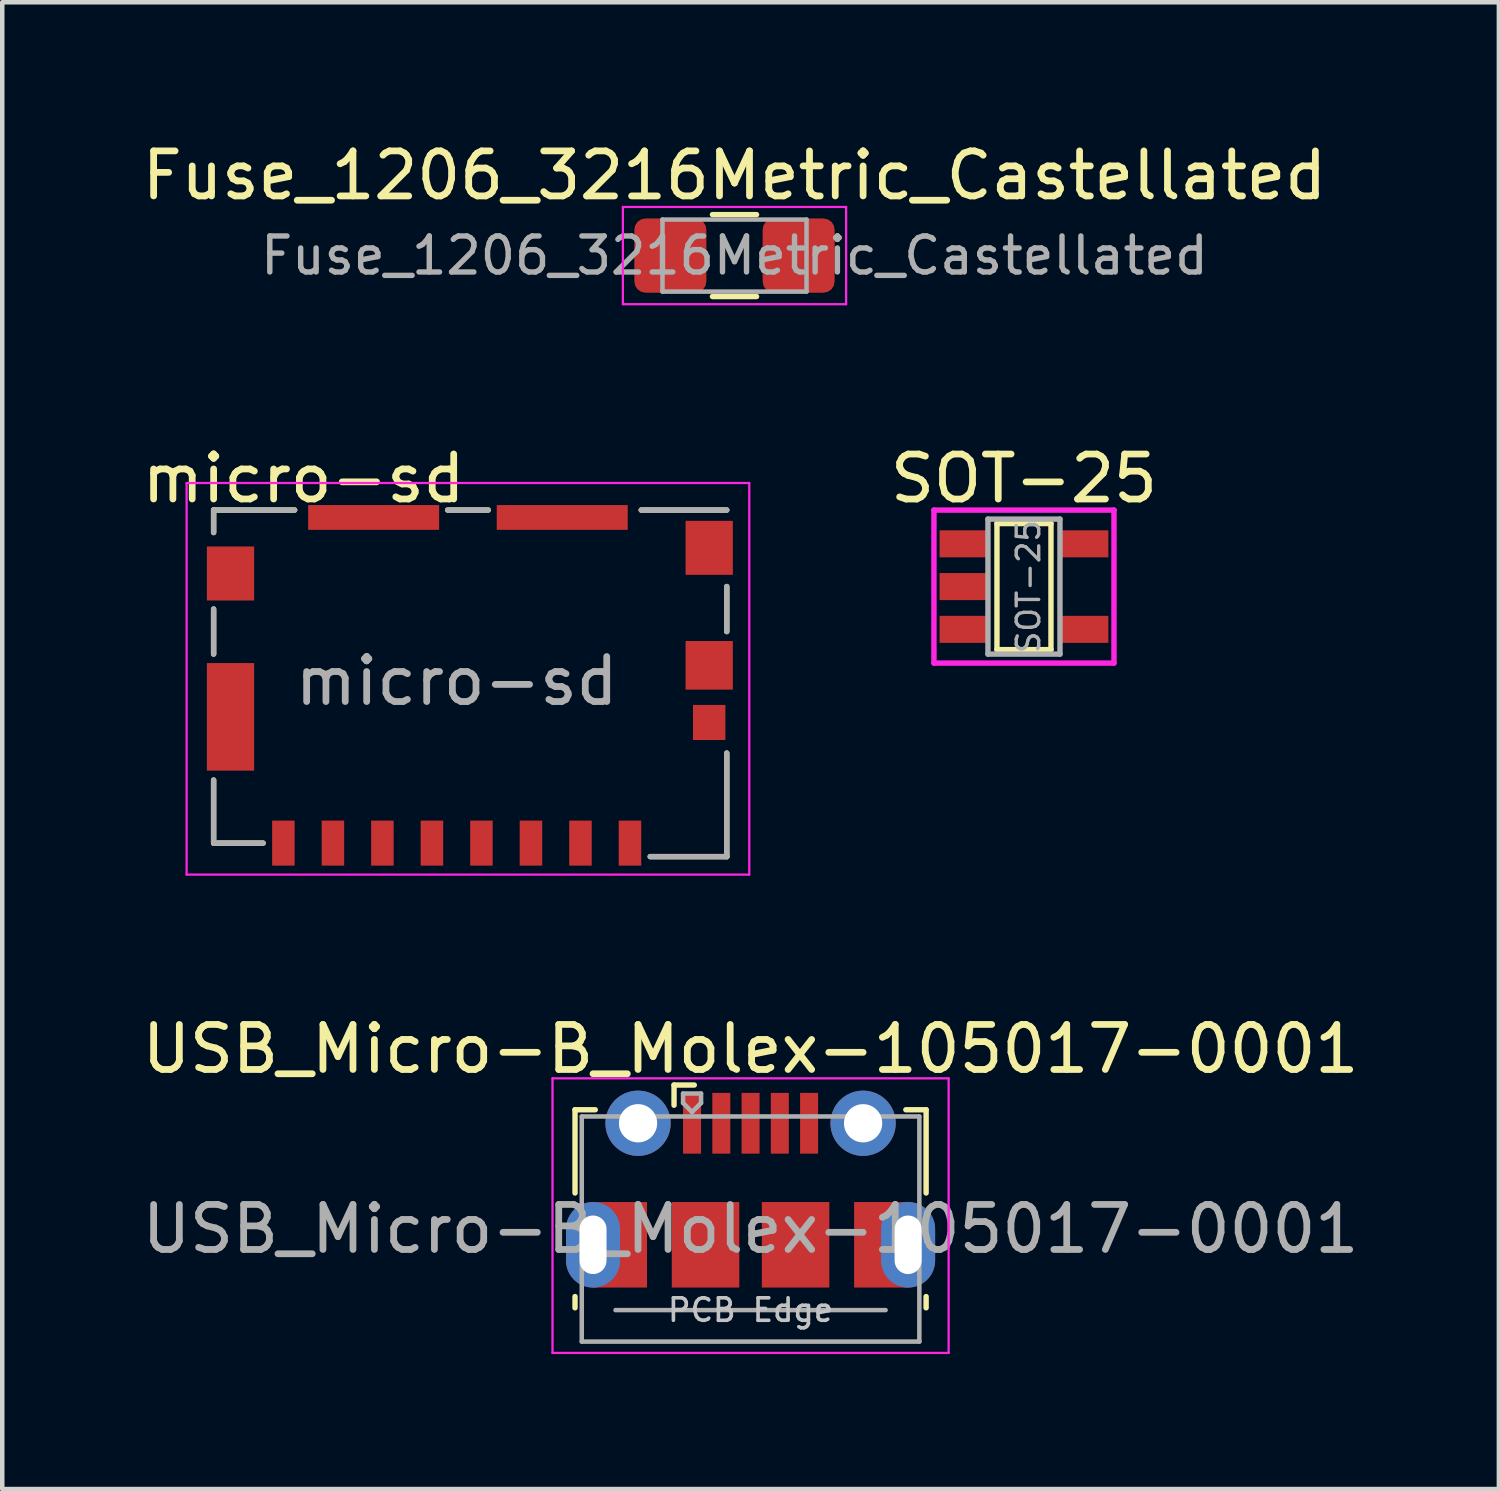
<source format=kicad_pcb>
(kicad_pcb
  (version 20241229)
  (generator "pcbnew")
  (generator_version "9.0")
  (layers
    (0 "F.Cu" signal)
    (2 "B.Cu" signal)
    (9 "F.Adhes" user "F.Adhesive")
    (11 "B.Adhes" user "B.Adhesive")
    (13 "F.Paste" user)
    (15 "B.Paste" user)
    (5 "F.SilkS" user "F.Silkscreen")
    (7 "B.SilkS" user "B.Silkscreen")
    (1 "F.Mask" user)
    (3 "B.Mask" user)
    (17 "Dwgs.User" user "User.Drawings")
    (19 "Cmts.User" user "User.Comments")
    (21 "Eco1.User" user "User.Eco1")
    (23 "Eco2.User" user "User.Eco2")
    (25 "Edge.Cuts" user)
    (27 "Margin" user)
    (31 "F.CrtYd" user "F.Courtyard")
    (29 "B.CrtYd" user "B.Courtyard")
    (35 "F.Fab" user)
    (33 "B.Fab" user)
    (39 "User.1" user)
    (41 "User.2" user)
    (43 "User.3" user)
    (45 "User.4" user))
  (footprint "SOT-25"
    (layer "F.Cu")
    (at 19.699 9.982)
    (property "Reference" "SOT-25" (at 0 -2.4 0) (layer "F.SilkS") (effects (font (size 1 1) (thickness 0.15))))
    (attr through_hole)
    (fp_line (start -0.6 -1.4) (end 0.6 -1.4) (stroke (width 0.12) (type solid)) (layer "F.SilkS"))
    (fp_line (start -0.6 1.4) (end -0.6 -1.4) (stroke (width 0.12) (type solid)) (layer "F.SilkS"))
    (fp_line (start 0.6 -1.4) (end 0.6 1.4) (stroke (width 0.12) (type solid)) (layer "F.SilkS"))
    (fp_line (start 0.6 1.4) (end -0.6 1.4) (stroke (width 0.12) (type solid)) (layer "F.SilkS"))
    (fp_line (start -2 -1.7) (end -2 1.7) (stroke (width 0.12) (type solid)) (layer "F.CrtYd"))
    (fp_line (start -2 1.7) (end 2 1.7) (stroke (width 0.12) (type solid)) (layer "F.CrtYd"))
    (fp_line (start 2 -1.7) (end -2 -1.7) (stroke (width 0.12) (type solid)) (layer "F.CrtYd"))
    (fp_line (start 2 1.7) (end 2 -1.7) (stroke (width 0.12) (type solid)) (layer "F.CrtYd"))
    (fp_line (start -0.8 -1.5) (end 0.8 -1.5) (stroke (width 0.12) (type solid)) (layer "F.Fab"))
    (fp_line (start -0.8 1.5) (end -0.8 -1.5) (stroke (width 0.12) (type solid)) (layer "F.Fab"))
    (fp_line (start 0.8 -1.5) (end 0.8 1.5) (stroke (width 0.12) (type solid)) (layer "F.Fab"))
    (fp_line (start 0.8 1.5) (end -0.8 1.5) (stroke (width 0.12) (type solid)) (layer "F.Fab"))
    (fp_text user "${REFERENCE}" (at 0.1 0 90) (layer "F.Fab") (effects (font (size 0.5 0.5) (thickness 0.075))))
    (pad "1" smd rect (at -1.35 -0.95) (size 1.05 0.6) (layers "F.Cu" "F.Mask" "F.Paste"))
    (pad "2" smd rect (at -1.35 0) (size 1.05 0.6) (layers "F.Cu" "F.Mask" "F.Paste"))
    (pad "3" smd rect (at -1.35 0.95) (size 1.05 0.6) (layers "F.Cu" "F.Mask" "F.Paste"))
    (pad "4" smd rect (at 1.35 0.95) (size 1.05 0.6) (layers "F.Cu" "F.Mask" "F.Paste"))
    (pad "5" smd rect (at 1.35 -0.95) (size 1.05 0.6) (layers "F.Cu" "F.Mask" "F.Paste")))
  (footprint "USB_Micro-B_Molex-105017-0001"
    (layer "F.Cu")
    (at 13.625 23.367)
    (property "Reference" "USB_Micro-B_Molex-105017-0001" (at 0 -3.112 0) (layer "F.SilkS") (effects (font (size 1 1) (thickness 0.15))))
    (attr smd)
    (fp_line (start -3.9 -1.762) (end -3.45 -1.762) (stroke (width 0.12) (type solid)) (layer "F.SilkS"))
    (fp_line (start -3.9 0.087) (end -3.9 -1.762) (stroke (width 0.12) (type solid)) (layer "F.SilkS"))
    (fp_line (start -3.9 2.638) (end -3.9 2.388) (stroke (width 0.12) (type solid)) (layer "F.SilkS"))
    (fp_line (start -1.7 -2.312) (end -1.7 -1.863) (stroke (width 0.12) (type solid)) (layer "F.SilkS"))
    (fp_line (start -1.7 -2.312) (end -1.25 -2.312) (stroke (width 0.12) (type solid)) (layer "F.SilkS"))
    (fp_line (start 3.9 -1.762) (end 3.45 -1.762) (stroke (width 0.12) (type solid)) (layer "F.SilkS"))
    (fp_line (start 3.9 0.087) (end 3.9 -1.762) (stroke (width 0.12) (type solid)) (layer "F.SilkS"))
    (fp_line (start 3.9 2.638) (end 3.9 2.388) (stroke (width 0.12) (type solid)) (layer "F.SilkS"))
    (fp_line (start -4.4 -2.46) (end 4.4 -2.46) (stroke (width 0.05) (type solid)) (layer "F.CrtYd"))
    (fp_line (start -4.4 3.64) (end -4.4 -2.46) (stroke (width 0.05) (type solid)) (layer "F.CrtYd"))
    (fp_line (start -4.4 3.64) (end 4.4 3.64) (stroke (width 0.05) (type solid)) (layer "F.CrtYd"))
    (fp_line (start 4.4 -2.46) (end 4.4 3.64) (stroke (width 0.05) (type solid)) (layer "F.CrtYd"))
    (fp_line (start -3.75 -1.613) (end 3.75 -1.613) (stroke (width 0.1) (type solid)) (layer "F.Fab"))
    (fp_line (start -3.75 3.388) (end -3.75 -1.613) (stroke (width 0.1) (type solid)) (layer "F.Fab"))
    (fp_line (start -3.75 3.389) (end 3.75 3.389) (stroke (width 0.1) (type solid)) (layer "F.Fab"))
    (fp_line (start -3 2.689) (end 3 2.689) (stroke (width 0.1) (type solid)) (layer "F.Fab"))
    (fp_line (start -1.5 -2.123) (end -1.5 -1.913) (stroke (width 0.1) (type solid)) (layer "F.Fab"))
    (fp_line (start -1.5 -2.123) (end -1.1 -2.123) (stroke (width 0.1) (type solid)) (layer "F.Fab"))
    (fp_line (start -1.3 -1.712) (end -1.5 -1.913) (stroke (width 0.1) (type solid)) (layer "F.Fab"))
    (fp_line (start -1.1 -2.123) (end -1.1 -1.913) (stroke (width 0.1) (type solid)) (layer "F.Fab"))
    (fp_line (start -1.1 -1.913) (end -1.3 -1.712) (stroke (width 0.1) (type solid)) (layer "F.Fab"))
    (fp_line (start 3.75 3.388) (end 3.75 -1.613) (stroke (width 0.1) (type solid)) (layer "F.Fab"))
    (fp_text user "PCB Edge" (at 0 2.688 0) (layer "Dwgs.User") (effects (font (size 0.5 0.5) (thickness 0.08))))
    (fp_text user "${REFERENCE}" (at 0 0.887 0) (layer "F.Fab") (effects (font (size 1 1) (thickness 0.15))))
    (pad "1" smd rect (at -1.3 -1.462) (size 0.4 1.35) (layers "F.Cu" "F.Mask" "F.Paste"))
    (pad "2" smd rect (at -0.65 -1.462) (size 0.4 1.35) (layers "F.Cu" "F.Mask" "F.Paste"))
    (pad "3" smd rect (at 0 -1.462) (size 0.4 1.35) (layers "F.Cu" "F.Mask" "F.Paste"))
    (pad "4" smd rect (at 0.65 -1.462) (size 0.4 1.35) (layers "F.Cu" "F.Mask" "F.Paste"))
    (pad "5" smd rect (at 1.3 -1.462) (size 0.4 1.35) (layers "F.Cu" "F.Mask" "F.Paste"))
    (pad "6" thru_hole oval (at -3.5 1.238 180) (size 1.2 1.9) (drill oval 0.6 1.3) (layers "*.Cu" "*.Mask" "F.Paste"))
    (pad "6" smd rect (at -2.9 1.238) (size 1.2 1.9) (layers "F.Cu" "F.Mask" "F.Paste"))
    (pad "6" thru_hole circle (at -2.5 -1.462) (size 1.45 1.45) (drill 0.85) (layers "*.Cu" "*.Mask" "F.Paste"))
    (pad "6" smd rect (at -1 1.238) (size 1.5 1.9) (layers "F.Cu" "F.Mask" "F.Paste"))
    (pad "6" smd rect (at 1 1.238) (size 1.5 1.9) (layers "F.Cu" "F.Mask" "F.Paste"))
    (pad "6" thru_hole circle (at 2.5 -1.462) (size 1.45 1.45) (drill 0.85) (layers "*.Cu" "*.Mask" "F.Paste"))
    (pad "6" smd rect (at 2.9 1.238) (size 1.2 1.9) (layers "F.Cu" "F.Mask" "F.Paste"))
    (pad "6" thru_hole oval (at 3.5 1.238) (size 1.2 1.9) (drill oval 0.6 1.3) (layers "*.Cu" "*.Mask" "F.Paste")))
  (footprint "Fuse_1206_3216Metric_Castellated"
    (layer "F.Cu")
    (at 13.268 2.628)
    (property "Reference" "Fuse_1206_3216Metric_Castellated" (at 0 -1.78 0) (layer "F.SilkS") (effects (font (size 1 1) (thickness 0.15))))
    (attr smd)
    (fp_line (start -0.49 -0.91) (end 0.49 -0.91) (stroke (width 0.12) (type solid)) (layer "F.SilkS"))
    (fp_line (start -0.49 0.91) (end 0.49 0.91) (stroke (width 0.12) (type solid)) (layer "F.SilkS"))
    (fp_line (start -2.48 -1.08) (end 2.48 -1.08) (stroke (width 0.05) (type solid)) (layer "F.CrtYd"))
    (fp_line (start -2.48 1.08) (end -2.48 -1.08) (stroke (width 0.05) (type solid)) (layer "F.CrtYd"))
    (fp_line (start 2.48 -1.08) (end 2.48 1.08) (stroke (width 0.05) (type solid)) (layer "F.CrtYd"))
    (fp_line (start 2.48 1.08) (end -2.48 1.08) (stroke (width 0.05) (type solid)) (layer "F.CrtYd"))
    (fp_line (start -1.6 -0.8) (end 1.6 -0.8) (stroke (width 0.1) (type solid)) (layer "F.Fab"))
    (fp_line (start -1.6 0.8) (end -1.6 -0.8) (stroke (width 0.1) (type solid)) (layer "F.Fab"))
    (fp_line (start 1.6 -0.8) (end 1.6 0.8) (stroke (width 0.1) (type solid)) (layer "F.Fab"))
    (fp_line (start 1.6 0.8) (end -1.6 0.8) (stroke (width 0.1) (type solid)) (layer "F.Fab"))
    (fp_text user "${REFERENCE}" (at 0 0 0) (layer "F.Fab") (effects (font (size 0.8 0.8) (thickness 0.12))))
    (pad "1" smd roundrect (at -1.425 0) (size 1.6 1.65) (layers "F.Cu" "F.Mask" "F.Paste") (roundrect_rratio 0.156))
    (pad "2" smd roundrect (at 1.425 0) (size 1.6 1.65) (layers "F.Cu" "F.Mask" "F.Paste") (roundrect_rratio 0.156)))
  (footprint "micro-sd"
    (layer "F.Cu")
    (at 7.096 15.681)
    (property "Reference" "micro-sd" (at -3.4 -8.1 0) (layer "F.SilkS") (effects (font (size 1 1) (thickness 0.15))))
    (attr smd)
    (fp_line (start -5.4 -7.4) (end -3.6 -7.4) (stroke (width 0.12) (type solid)) (layer "F.SilkS"))
    (fp_line (start -5.4 -6.9) (end -5.4 -7.4) (stroke (width 0.12) (type solid)) (layer "F.SilkS"))
    (fp_line (start -5.4 -4.2) (end -5.4 -5.2) (stroke (width 0.12) (type solid)) (layer "F.SilkS"))
    (fp_line (start -5.4 0) (end -5.4 -1.4) (stroke (width 0.12) (type solid)) (layer "F.SilkS"))
    (fp_line (start -4.3 0) (end -5.4 0) (stroke (width 0.12) (type solid)) (layer "F.SilkS"))
    (fp_line (start -0.2 -7.4) (end 0.7 -7.4) (stroke (width 0.12) (type solid)) (layer "F.SilkS"))
    (fp_line (start 4.1 -7.4) (end 6 -7.4) (stroke (width 0.12) (type solid)) (layer "F.SilkS"))
    (fp_line (start 4.3 0.3) (end 6 0.3) (stroke (width 0.12) (type solid)) (layer "F.SilkS"))
    (fp_line (start 6 -5.7) (end 6 -4.7) (stroke (width 0.12) (type solid)) (layer "F.SilkS"))
    (fp_line (start 6 0.3) (end 6 -2) (stroke (width 0.12) (type solid)) (layer "F.SilkS"))
    (fp_line (start -6 -8) (end -6 0.7) (stroke (width 0.05) (type solid)) (layer "F.CrtYd"))
    (fp_line (start -6 0.7) (end 6.5 0.7) (stroke (width 0.05) (type solid)) (layer "F.CrtYd"))
    (fp_line (start 6.5 -8) (end -6 -8) (stroke (width 0.05) (type solid)) (layer "F.CrtYd"))
    (fp_line (start 6.5 0.7) (end 6.5 -8) (stroke (width 0.05) (type solid)) (layer "F.CrtYd"))
    (fp_line (start -5.4 -7.4) (end -3.6 -7.4) (stroke (width 0.12) (type solid)) (layer "F.Fab"))
    (fp_line (start -5.4 -6.9) (end -5.4 -7.4) (stroke (width 0.12) (type solid)) (layer "F.Fab"))
    (fp_line (start -5.4 -4.2) (end -5.4 -5.2) (stroke (width 0.12) (type solid)) (layer "F.Fab"))
    (fp_line (start -5.4 0) (end -5.4 -1.4) (stroke (width 0.12) (type solid)) (layer "F.Fab"))
    (fp_line (start -4.3 0) (end -5.4 0) (stroke (width 0.12) (type solid)) (layer "F.Fab"))
    (fp_line (start -0.2 -7.4) (end 0.7 -7.4) (stroke (width 0.12) (type solid)) (layer "F.Fab"))
    (fp_line (start 4.1 -7.4) (end 6 -7.4) (stroke (width 0.12) (type solid)) (layer "F.Fab"))
    (fp_line (start 6 -5.7) (end 6 -4.7) (stroke (width 0.12) (type solid)) (layer "F.Fab"))
    (fp_line (start 6 -2) (end 6 0.3) (stroke (width 0.12) (type solid)) (layer "F.Fab"))
    (fp_line (start 6 0.3) (end 4.3 0.3) (stroke (width 0.12) (type solid)) (layer "F.Fab"))
    (fp_text user "${REFERENCE}" (at 0 -3.6 0) (layer "F.Fab") (effects (font (size 1 1) (thickness 0.15))))
    (pad "1" smd rect (at 3.85 0 180) (size 0.5 1) (layers "F.Cu" "F.Mask" "F.Paste"))
    (pad "2" smd rect (at 2.75 0 180) (size 0.5 1) (layers "F.Cu" "F.Mask" "F.Paste"))
    (pad "3" smd rect (at 1.65 0 180) (size 0.5 1) (layers "F.Cu" "F.Mask" "F.Paste"))
    (pad "4" smd rect (at 0.55 0) (size 0.5 1) (layers "F.Cu" "F.Mask" "F.Paste"))
    (pad "5" smd rect (at -0.55 0 180) (size 0.5 1) (layers "F.Cu" "F.Mask" "F.Paste"))
    (pad "6" smd rect (at -1.65 0) (size 0.5 1) (layers "F.Cu" "F.Mask" "F.Paste"))
    (pad "7" smd rect (at -2.75 0) (size 0.5 1) (layers "F.Cu" "F.Mask" "F.Paste"))
    (pad "8" smd rect (at -3.85 0) (size 0.5 1) (layers "F.Cu" "F.Mask" "F.Paste"))
    (pad "9" smd rect (at 5.61 -2.68 180) (size 0.72 0.78) (layers "F.Cu" "F.Mask" "F.Paste"))
    (pad "10" smd rect (at 5.61 -3.95 180) (size 1.05 1.08) (layers "F.Cu" "F.Mask" "F.Paste"))
    (pad "11" smd rect (at 5.61 -6.56 180) (size 1.05 1.2) (layers "F.Cu" "F.Mask" "F.Paste"))
    (pad "12" smd rect (at -5.025 -2.805 180) (size 1.05 2.39) (layers "F.Cu" "F.Mask" "F.Paste"))
    (pad "13" smd rect (at -5.025 -5.99 180) (size 1.05 1.2) (layers "F.Cu" "F.Mask" "F.Paste"))
    (pad "14" smd rect (at -1.845 -7.235 180) (size 2.91 0.55) (layers "F.Cu" "F.Mask" "F.Paste"))
    (pad "15" smd rect (at 2.345 -7.235 180) (size 2.91 0.55) (layers "F.Cu" "F.Mask" "F.Paste")))
  (gr_rect
    (start -3 -3)
    (end 30.25 30.032)
    (stroke (width 0.1) (type default))
    (fill no)
    (layer "Edge.Cuts")))
</source>
